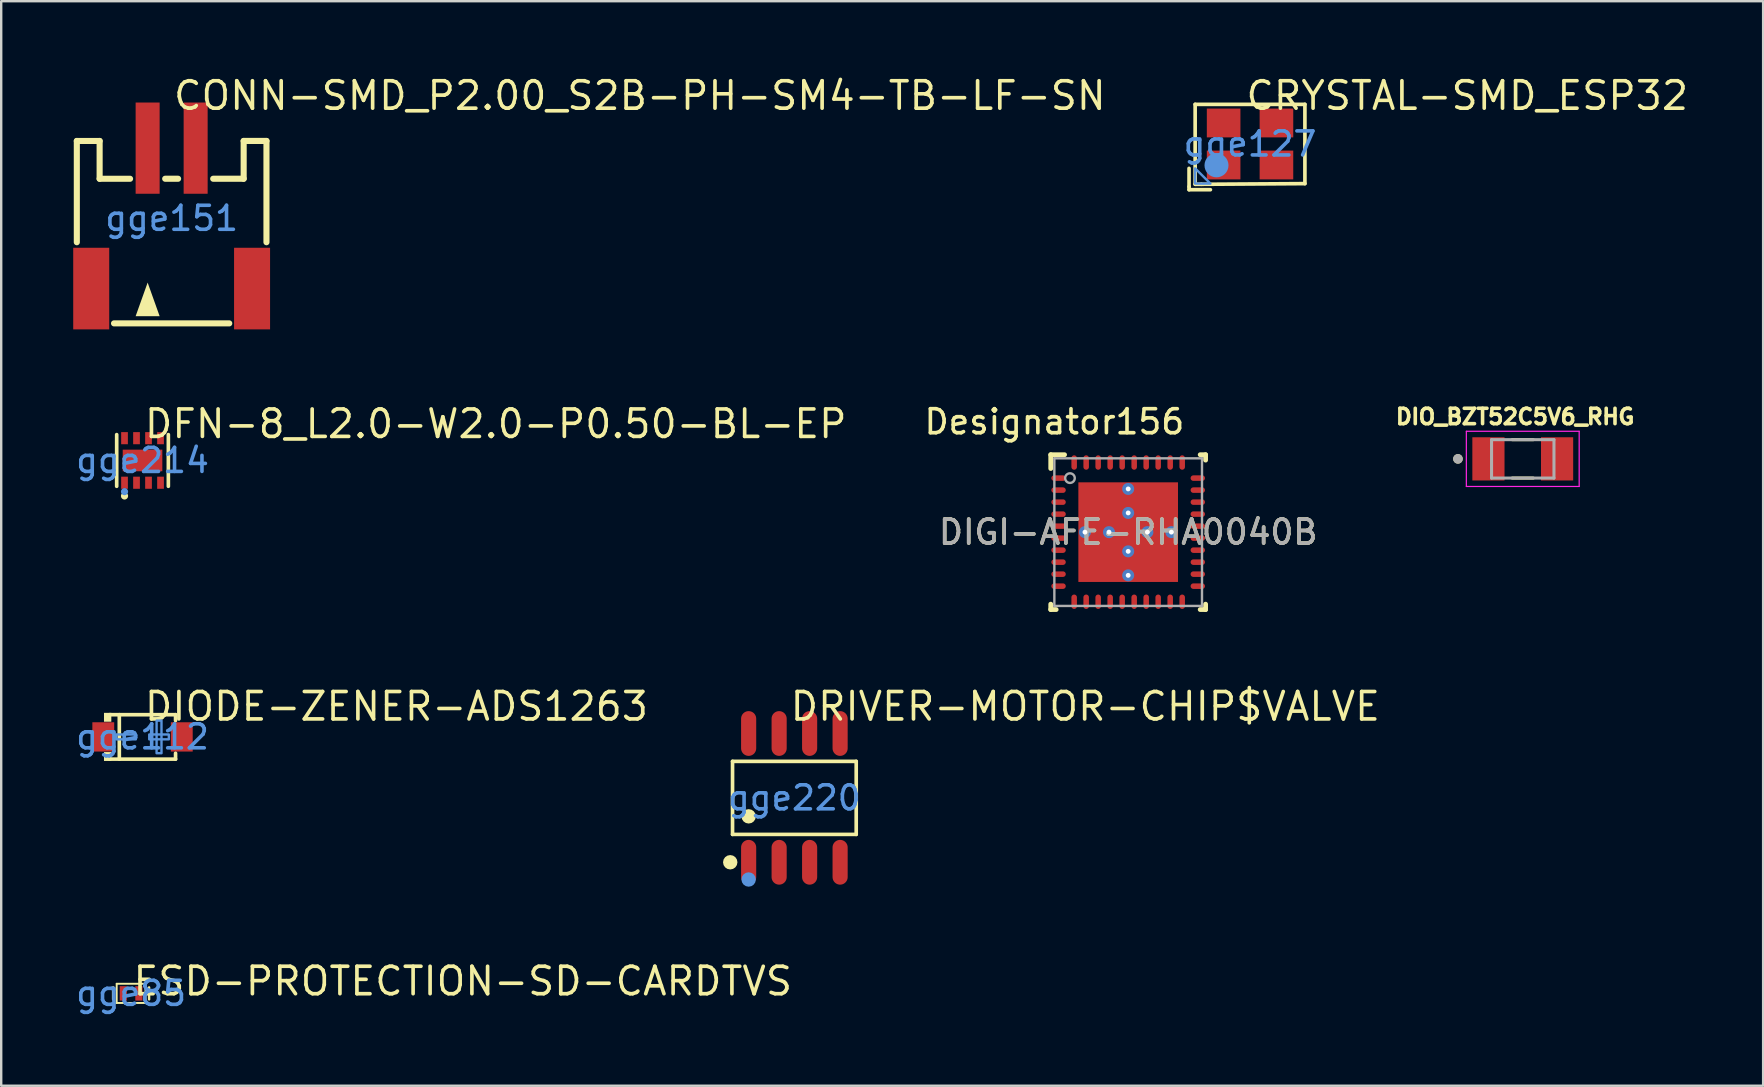
<source format=kicad_pcb>
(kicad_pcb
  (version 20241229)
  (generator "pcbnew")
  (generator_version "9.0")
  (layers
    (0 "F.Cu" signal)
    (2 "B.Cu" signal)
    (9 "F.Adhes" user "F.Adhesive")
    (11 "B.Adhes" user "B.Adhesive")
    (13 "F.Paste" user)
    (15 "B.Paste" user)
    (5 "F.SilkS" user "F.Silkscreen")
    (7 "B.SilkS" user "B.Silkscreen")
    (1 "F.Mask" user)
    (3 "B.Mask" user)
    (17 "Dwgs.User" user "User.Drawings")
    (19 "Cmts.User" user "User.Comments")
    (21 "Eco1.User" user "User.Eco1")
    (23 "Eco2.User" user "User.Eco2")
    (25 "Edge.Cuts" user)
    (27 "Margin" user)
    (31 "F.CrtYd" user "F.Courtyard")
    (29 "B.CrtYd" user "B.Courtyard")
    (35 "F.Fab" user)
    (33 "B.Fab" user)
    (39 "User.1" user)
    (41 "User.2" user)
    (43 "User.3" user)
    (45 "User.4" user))
  (footprint "ESD-PROTECTION-SD-CARDTVS"
    (layer "F.Cu")
    (at 2.411 38.331)
    (property "Reference" "ESD-PROTECTION-SD-CARDTVS" (at 0 -0.508 0) (layer "F.SilkS") (effects (font (size 1.143 1.143) (thickness 0.152)) (justify left)))
    (attr smd)
    (fp_line (start -0.75 0.25) (end -0.75 -0.25) (stroke (width 0.1) (type solid)) (layer "F.SilkS"))
    (fp_line (start -0.6 -0.4) (end 0.6 -0.4) (stroke (width 0.08) (type solid)) (layer "F.SilkS"))
    (fp_line (start -0.6 0.4) (end -0.6 -0.4) (stroke (width 0.08) (type solid)) (layer "F.SilkS"))
    (fp_line (start 0.6 -0.4) (end 0.6 0.4) (stroke (width 0.08) (type solid)) (layer "F.SilkS"))
    (fp_line (start 0.6 0.4) (end -0.6 0.4) (stroke (width 0.08) (type solid)) (layer "F.SilkS"))
    (fp_line (start 0.75 -0.25) (end 0.75 0.25) (stroke (width 0.1) (type solid)) (layer "F.SilkS"))
    (fp_text user "gge85" (at 0 0 0) (layer "Cmts.User") (effects (font (size 1 1) (thickness 0.15))))
    (pad "1" smd rect (at -0.325 0) (size 0.3 0.6) (layers "F.Cu" "F.Mask" "F.Paste"))
    (pad "2" smd rect (at 0.325 0) (size 0.3 0.6) (layers "F.Cu" "F.Mask" "F.Paste")))
  (footprint "DRIVER-MOTOR-CHIP$VALVE"
    (layer "F.Cu")
    (at 30.041 30.187)
    (property "Reference" "DRIVER-MOTOR-CHIP$VALVE" (at -0.254 -3.81 0) (layer "F.SilkS") (effects (font (size 1.143 1.143) (thickness 0.152)) (justify left)))
    (attr smd)
    (fp_line (start -2.576 -1.521) (end 2.576 -1.521) (stroke (width 0.152) (type solid)) (layer "F.SilkS"))
    (fp_line (start -2.576 1.521) (end -2.576 -1.521) (stroke (width 0.152) (type solid)) (layer "F.SilkS"))
    (fp_line (start 2.576 -1.521) (end 2.576 1.521) (stroke (width 0.152) (type solid)) (layer "F.SilkS"))
    (fp_line (start 2.576 1.521) (end -2.576 1.521) (stroke (width 0.152) (type solid)) (layer "F.SilkS"))
    (fp_circle (center -2.672 2.682) (end -2.522 2.682) (stroke (width 0.3) (type solid)) (fill no) (layer "F.SilkS"))
    (fp_circle (center -1.905 0.769) (end -1.755 0.769) (stroke (width 0.3) (type solid)) (fill no) (layer "F.SilkS"))
    (fp_circle (center -1.905 3.4) (end -1.755 3.4) (stroke (width 0.3) (type solid)) (fill no) (layer "Cmts.User"))
    (fp_text user "gge220" (at 0 0 0) (layer "Cmts.User") (effects (font (size 1 1) (thickness 0.15))))
    (pad "1" smd oval (at -1.905 2.682) (size 0.63 1.865) (layers "F.Cu" "F.Mask" "F.Paste"))
    (pad "2" smd oval (at -0.635 2.682) (size 0.63 1.865) (layers "F.Cu" "F.Mask" "F.Paste"))
    (pad "3" smd oval (at 0.635 2.682) (size 0.63 1.865) (layers "F.Cu" "F.Mask" "F.Paste"))
    (pad "4" smd oval (at 1.905 2.682) (size 0.63 1.865) (layers "F.Cu" "F.Mask" "F.Paste"))
    (pad "5" smd oval (at 1.905 -2.682) (size 0.63 1.865) (layers "F.Cu" "F.Mask" "F.Paste"))
    (pad "6" smd oval (at 0.635 -2.682) (size 0.63 1.865) (layers "F.Cu" "F.Mask" "F.Paste"))
    (pad "7" smd oval (at -0.635 -2.682) (size 0.63 1.865) (layers "F.Cu" "F.Mask" "F.Paste"))
    (pad "8" smd oval (at -1.905 -2.682) (size 0.63 1.865) (layers "F.Cu" "F.Mask" "F.Paste")))
  (footprint "CONN-SMD_P2.00_S2B-PH-SM4-TB-LF-SN"
    (layer "F.Cu")
    (at 4.1 6.046)
    (property "Reference" "CONN-SMD_P2.00_S2B-PH-SM4-TB-LF-SN" (at 0 -5.111 0) (layer "F.SilkS") (effects (font (size 1.143 1.143) (thickness 0.152)) (justify left)))
    (attr smd)
    (fp_line (start -3.95 -3.225) (end -3.95 0.994) (stroke (width 0.254) (type solid)) (layer "F.SilkS"))
    (fp_line (start -3 -3.224) (end -3.95 -3.224) (stroke (width 0.254) (type solid)) (layer "F.SilkS"))
    (fp_line (start -3 -1.649) (end -3 -3.224) (stroke (width 0.254) (type solid)) (layer "F.SilkS"))
    (fp_line (start -1.732 -1.649) (end -3 -1.649) (stroke (width 0.254) (type solid)) (layer "F.SilkS"))
    (fp_line (start 0.269 -1.65) (end -0.269 -1.65) (stroke (width 0.254) (type solid)) (layer "F.SilkS"))
    (fp_line (start 2.4 4.375) (end -2.4 4.375) (stroke (width 0.254) (type solid)) (layer "F.SilkS"))
    (fp_line (start 3 -3.225) (end 3 -1.65) (stroke (width 0.254) (type solid)) (layer "F.SilkS"))
    (fp_line (start 3 -1.65) (end 1.731 -1.65) (stroke (width 0.254) (type solid)) (layer "F.SilkS"))
    (fp_line (start 3.95 -3.225) (end 3 -3.225) (stroke (width 0.254) (type solid)) (layer "F.SilkS"))
    (fp_line (start 3.95 -3.225) (end 3.95 0.994) (stroke (width 0.254) (type solid)) (layer "F.SilkS"))
    (fp_poly (pts (xy -1.5 4.075) (xy -0.5 4.075) (xy -1 2.675)) (stroke (width 0) (type solid)) (fill yes) (layer "F.SilkS"))
    (fp_text user "gge151" (at 0 0 0) (layer "Cmts.User") (effects (font (size 1 1) (thickness 0.15))))
    (pad "1" smd rect (at -1 -2.925) (size 1 3.8) (layers "F.Cu" "F.Mask" "F.Paste"))
    (pad "2" smd rect (at 1 -2.925) (size 1 3.8) (layers "F.Cu" "F.Mask" "F.Paste"))
    (pad "3" smd rect (at 3.35 2.925) (size 1.5 3.4) (layers "F.Cu" "F.Mask" "F.Paste"))
    (pad "4" smd rect (at -3.35 2.925) (size 1.5 3.4) (layers "F.Cu" "F.Mask" "F.Paste")))
  (footprint "DIGI-AFE-RHA0040B"
    (layer "F.Cu")
    (at 43.946 19.117)
    (property "Reference" "DIGI-AFE-RHA0040B" (at 0 0 0) (unlocked yes) (layer "F.SilkS") (effects (font (size 1 1) (thickness 0.15))))
    (attr smd)
    (fp_line (start -3.225 -3.225) (end -2.65 -3.225) (stroke (width 0.2) (type solid)) (layer "F.SilkS"))
    (fp_line (start -3.225 -2.65) (end -3.225 -3.225) (stroke (width 0.2) (type solid)) (layer "F.SilkS"))
    (fp_line (start -3.225 3.225) (end -3.225 3) (stroke (width 0.2) (type solid)) (layer "F.SilkS"))
    (fp_line (start -3.225 3.225) (end -3 3.225) (stroke (width 0.2) (type solid)) (layer "F.SilkS"))
    (fp_line (start 3 -3.225) (end 3.225 -3.225) (stroke (width 0.2) (type solid)) (layer "F.SilkS"))
    (fp_line (start 3 3.225) (end 3.225 3.225) (stroke (width 0.2) (type solid)) (layer "F.SilkS"))
    (fp_line (start 3.225 -3) (end 3.225 -3.225) (stroke (width 0.2) (type solid)) (layer "F.SilkS"))
    (fp_line (start 3.225 3.225) (end 3.225 3) (stroke (width 0.2) (type solid)) (layer "F.SilkS"))
    (fp_poly (pts (xy -0.1 -1.852) (xy -1.852 -1.852) (xy -1.852 -0.1) (xy -0.1 -0.1)) (stroke (width 0) (type solid)) (fill yes) (layer "F.Paste"))
    (fp_poly (pts (xy -0.1 0.1) (xy -1.852 0.1) (xy -1.852 1.852) (xy -0.1 1.852)) (stroke (width 0) (type solid)) (fill yes) (layer "F.Paste"))
    (fp_poly (pts (xy 0.1 -0.1) (xy 1.852 -0.1) (xy 1.852 -1.852) (xy 0.1 -1.852)) (stroke (width 0) (type solid)) (fill yes) (layer "F.Paste"))
    (fp_poly (pts (xy 0.1 1.852) (xy 1.852 1.852) (xy 1.852 0.1) (xy 0.1 0.1)) (stroke (width 0) (type solid)) (fill yes) (layer "F.Paste"))
    (fp_line (start -3.075 -3.075) (end 3.075 -3.075) (stroke (width 0.1) (type solid)) (layer "F.Fab"))
    (fp_line (start -3.075 3.075) (end -3.075 -3.075) (stroke (width 0.1) (type solid)) (layer "F.Fab"))
    (fp_line (start -3.075 3.075) (end 3.075 3.075) (stroke (width 0.1) (type solid)) (layer "F.Fab"))
    (fp_line (start 3.075 3.075) (end 3.075 -3.075) (stroke (width 0.1) (type solid)) (layer "F.Fab"))
    (fp_circle (center -2.425 -2.25) (end -2.225 -2.25) (stroke (width 0.1) (type solid)) (fill no) (layer "F.Fab"))
    (fp_text user "Designator156" (at -3.073 -4.597 0) (unlocked yes) (layer "F.SilkS") (effects (font (size 1 1) (thickness 0.15))))
    (fp_text user "${REFERENCE}" (at 0 0 0) (unlocked yes) (layer "F.Fab") (effects (font (size 1 1) (thickness 0.15))))
    (pad "1" smd oval (at -2.9 -2.25 90) (size 0.23 0.6) (layers "F.Cu" "F.Mask" "F.Paste"))
    (pad "2" smd oval (at -2.9 -1.75 90) (size 0.23 0.6) (layers "F.Cu" "F.Mask" "F.Paste"))
    (pad "3" smd oval (at -2.9 -1.25 90) (size 0.23 0.6) (layers "F.Cu" "F.Mask" "F.Paste"))
    (pad "4" smd oval (at -2.9 -0.75 90) (size 0.23 0.6) (layers "F.Cu" "F.Mask" "F.Paste"))
    (pad "5" smd oval (at -2.9 -0.25 90) (size 0.23 0.6) (layers "F.Cu" "F.Mask" "F.Paste"))
    (pad "6" smd oval (at -2.9 0.25 90) (size 0.23 0.6) (layers "F.Cu" "F.Mask" "F.Paste"))
    (pad "7" smd oval (at -2.9 0.75 90) (size 0.23 0.6) (layers "F.Cu" "F.Mask" "F.Paste"))
    (pad "8" smd oval (at -2.9 1.25 90) (size 0.23 0.6) (layers "F.Cu" "F.Mask" "F.Paste"))
    (pad "9" smd oval (at -2.9 1.75 90) (size 0.23 0.6) (layers "F.Cu" "F.Mask" "F.Paste"))
    (pad "10" smd oval (at -2.9 2.25 90) (size 0.23 0.6) (layers "F.Cu" "F.Mask" "F.Paste"))
    (pad "11" smd oval (at -2.25 2.9) (size 0.23 0.6) (layers "F.Cu" "F.Mask" "F.Paste"))
    (pad "12" smd oval (at -1.75 2.9) (size 0.23 0.6) (layers "F.Cu" "F.Mask" "F.Paste"))
    (pad "13" smd oval (at -1.25 2.9) (size 0.23 0.6) (layers "F.Cu" "F.Mask" "F.Paste"))
    (pad "14" smd oval (at -0.75 2.9) (size 0.23 0.6) (layers "F.Cu" "F.Mask" "F.Paste"))
    (pad "15" smd oval (at -0.25 2.9) (size 0.23 0.6) (layers "F.Cu" "F.Mask" "F.Paste"))
    (pad "16" smd oval (at 0.25 2.9) (size 0.23 0.6) (layers "F.Cu" "F.Mask" "F.Paste"))
    (pad "17" smd oval (at 0.75 2.9) (size 0.23 0.6) (layers "F.Cu" "F.Mask" "F.Paste"))
    (pad "18" smd oval (at 1.25 2.9) (size 0.23 0.6) (layers "F.Cu" "F.Mask" "F.Paste"))
    (pad "19" smd oval (at 1.75 2.9) (size 0.23 0.6) (layers "F.Cu" "F.Mask" "F.Paste"))
    (pad "20" smd oval (at 2.25 2.9) (size 0.23 0.6) (layers "F.Cu" "F.Mask" "F.Paste"))
    (pad "21" smd oval (at 2.9 2.25 90) (size 0.23 0.6) (layers "F.Cu" "F.Mask" "F.Paste"))
    (pad "22" smd oval (at 2.9 1.75 90) (size 0.23 0.6) (layers "F.Cu" "F.Mask" "F.Paste"))
    (pad "23" smd oval (at 2.9 1.25 90) (size 0.23 0.6) (layers "F.Cu" "F.Mask" "F.Paste"))
    (pad "24" smd oval (at 2.9 0.75 90) (size 0.23 0.6) (layers "F.Cu" "F.Mask" "F.Paste"))
    (pad "25" smd oval (at 2.9 0.25 90) (size 0.23 0.6) (layers "F.Cu" "F.Mask" "F.Paste"))
    (pad "26" smd oval (at 2.9 -0.25 90) (size 0.23 0.6) (layers "F.Cu" "F.Mask" "F.Paste"))
    (pad "27" smd oval (at 2.9 -0.75 90) (size 0.23 0.6) (layers "F.Cu" "F.Mask" "F.Paste"))
    (pad "28" smd oval (at 2.9 -1.25 90) (size 0.23 0.6) (layers "F.Cu" "F.Mask" "F.Paste"))
    (pad "29" smd oval (at 2.9 -1.75 90) (size 0.23 0.6) (layers "F.Cu" "F.Mask" "F.Paste"))
    (pad "30" smd oval (at 2.9 -2.25 90) (size 0.23 0.6) (layers "F.Cu" "F.Mask" "F.Paste"))
    (pad "31" smd oval (at 2.25 -2.9) (size 0.23 0.6) (layers "F.Cu" "F.Mask" "F.Paste"))
    (pad "32" smd oval (at 1.75 -2.9) (size 0.23 0.6) (layers "F.Cu" "F.Mask" "F.Paste"))
    (pad "33" smd oval (at 1.25 -2.9) (size 0.23 0.6) (layers "F.Cu" "F.Mask" "F.Paste"))
    (pad "34" smd oval (at 0.75 -2.9) (size 0.23 0.6) (layers "F.Cu" "F.Mask" "F.Paste"))
    (pad "35" smd oval (at 0.25 -2.9) (size 0.23 0.6) (layers "F.Cu" "F.Mask" "F.Paste"))
    (pad "36" smd oval (at -0.25 -2.9) (size 0.23 0.6) (layers "F.Cu" "F.Mask" "F.Paste"))
    (pad "37" smd oval (at -0.75 -2.9) (size 0.23 0.6) (layers "F.Cu" "F.Mask" "F.Paste"))
    (pad "38" smd oval (at -1.25 -2.9) (size 0.23 0.6) (layers "F.Cu" "F.Mask" "F.Paste"))
    (pad "39" smd oval (at -1.75 -2.9) (size 0.23 0.6) (layers "F.Cu" "F.Mask" "F.Paste"))
    (pad "40" smd oval (at -2.25 -2.9) (size 0.23 0.6) (layers "F.Cu" "F.Mask" "F.Paste"))
    (pad "41" smd rect (at 0 0) (size 4.15 4.15) (layers "F.Cu" "F.Mask"))
    (pad "V" thru_hole circle (at -1.8 0) (size 0.5 0.5) (drill 0.203) (layers "*.Cu" "*.Mask"))
    (pad "V" thru_hole circle (at -0.8 0) (size 0.5 0.5) (drill 0.203) (layers "*.Cu" "*.Mask"))
    (pad "V" thru_hole circle (at 0 -1.8) (size 0.5 0.5) (drill 0.203) (layers "*.Cu" "*.Mask"))
    (pad "V" thru_hole circle (at 0 -0.8) (size 0.5 0.5) (drill 0.203) (layers "*.Cu" "*.Mask"))
    (pad "V" thru_hole circle (at 0 0.8) (size 0.5 0.5) (drill 0.203) (layers "*.Cu" "*.Mask"))
    (pad "V" thru_hole circle (at 0 1.8) (size 0.5 0.5) (drill 0.203) (layers "*.Cu" "*.Mask"))
    (pad "V" thru_hole circle (at 0.8 0) (size 0.5 0.5) (drill 0.203) (layers "*.Cu" "*.Mask"))
    (pad "V" thru_hole circle (at 1.8 0) (size 0.5 0.5) (drill 0.203) (layers "*.Cu" "*.Mask")))
  (footprint "DIO_BZT52C5V6_RHG"
    (layer "F.Cu")
    (at 60.383 16.065)
    (property "Reference" "DIO_BZT52C5V6_RHG" (at -0.318 -1.756 0) (layer "F.SilkS") (effects (font (size 0.64 0.64) (thickness 0.15))))
    (attr smd)
    (fp_line (start -0.44 0.8) (end 0.44 0.8) (stroke (width 0.127) (type solid)) (layer "F.SilkS"))
    (fp_line (start 0.44 -0.8) (end -0.44 -0.8) (stroke (width 0.127) (type solid)) (layer "F.SilkS"))
    (fp_circle (center -2.7 0) (end -2.6 0) (stroke (width 0.2) (type solid)) (fill no) (layer "F.SilkS"))
    (fp_line (start -2.35 -1.15) (end -2.35 1.15) (stroke (width 0.05) (type solid)) (layer "F.CrtYd"))
    (fp_line (start -2.35 1.15) (end 2.35 1.15) (stroke (width 0.05) (type solid)) (layer "F.CrtYd"))
    (fp_line (start 2.35 -1.15) (end -2.35 -1.15) (stroke (width 0.05) (type solid)) (layer "F.CrtYd"))
    (fp_line (start 2.35 1.15) (end 2.35 -1.15) (stroke (width 0.05) (type solid)) (layer "F.CrtYd"))
    (fp_line (start -1.3 -0.8) (end -1.3 0.8) (stroke (width 0.127) (type solid)) (layer "F.Fab"))
    (fp_line (start -1.3 0.8) (end 1.3 0.8) (stroke (width 0.127) (type solid)) (layer "F.Fab"))
    (fp_line (start 1.3 -0.8) (end -1.3 -0.8) (stroke (width 0.127) (type solid)) (layer "F.Fab"))
    (fp_line (start 1.3 0.8) (end 1.3 -0.8) (stroke (width 0.127) (type solid)) (layer "F.Fab"))
    (fp_circle (center -2.7 0) (end -2.6 0) (stroke (width 0.2) (type solid)) (fill no) (layer "F.Fab"))
    (pad "A" smd rect (at 1.43 0) (size 1.34 1.8) (layers "F.Cu" "F.Mask" "F.Paste"))
    (pad "C" smd rect (at -1.43 0) (size 1.34 1.8) (layers "F.Cu" "F.Mask" "F.Paste")))
  (footprint "DFN-8_L2.0-W2.0-P0.50-BL-EP"
    (layer "F.Cu")
    (at 2.887 16.131)
    (property "Reference" "DFN-8_L2.0-W2.0-P0.50-BL-EP" (at 0 -1.524 0) (layer "F.SilkS") (effects (font (size 1.143 1.143) (thickness 0.152)) (justify left)))
    (attr smd)
    (fp_line (start -1.076 1.076) (end -1.076 -1.076) (stroke (width 0.152) (type solid)) (layer "F.SilkS"))
    (fp_line (start 1.076 1.076) (end 1.076 -1.076) (stroke (width 0.152) (type solid)) (layer "F.SilkS"))
    (fp_circle (center -0.75 1.48) (end -0.675 1.48) (stroke (width 0.15) (type solid)) (fill no) (layer "F.SilkS"))
    (fp_circle (center -0.75 1.3) (end -0.675 1.3) (stroke (width 0.15) (type solid)) (fill no) (layer "Cmts.User"))
    (fp_text user "gge214" (at 0 0 0) (layer "Cmts.User") (effects (font (size 1 1) (thickness 0.15))))
    (pad "1" smd rect (at -0.75 0.928) (size 0.28 0.505) (layers "F.Cu" "F.Mask" "F.Paste"))
    (pad "2" smd rect (at -0.25 0.928) (size 0.28 0.505) (layers "F.Cu" "F.Mask" "F.Paste"))
    (pad "3" smd rect (at 0.25 0.928) (size 0.28 0.505) (layers "F.Cu" "F.Mask" "F.Paste"))
    (pad "4" smd rect (at 0.75 0.928) (size 0.28 0.505) (layers "F.Cu" "F.Mask" "F.Paste"))
    (pad "5" smd rect (at 0.75 -0.928) (size 0.28 0.505) (layers "F.Cu" "F.Mask" "F.Paste"))
    (pad "6" smd rect (at 0.25 -0.928) (size 0.28 0.505) (layers "F.Cu" "F.Mask" "F.Paste"))
    (pad "7" smd rect (at -0.25 -0.928) (size 0.28 0.505) (layers "F.Cu" "F.Mask" "F.Paste"))
    (pad "8" smd rect (at -0.75 -0.928) (size 0.28 0.505) (layers "F.Cu" "F.Mask" "F.Paste"))
    (pad "9" smd rect (at 0 0) (size 1.65 0.9) (layers "F.Cu" "F.Mask" "F.Paste")))
  (footprint "CRYSTAL-SMD_ESP32"
    (layer "F.Cu")
    (at 49.022 2.948)
    (property "Reference" "CRYSTAL-SMD_ESP32" (at -0.25 -2.013 0) (layer "F.SilkS") (effects (font (size 1.143 1.143) (thickness 0.152)) (justify left)))
    (attr smd)
    (fp_line (start -2.54 1.016) (end -2.54 1.778) (stroke (width 0.152) (type solid)) (layer "F.SilkS"))
    (fp_line (start -2.54 1.778) (end -2.54 1.905) (stroke (width 0.152) (type solid)) (layer "F.SilkS"))
    (fp_line (start -2.54 1.905) (end -1.651 1.905) (stroke (width 0.152) (type solid)) (layer "F.SilkS"))
    (fp_line (start -2.286 -1.651) (end 2.286 -1.651) (stroke (width 0.152) (type solid)) (layer "F.SilkS"))
    (fp_line (start -2.286 1.679) (end -2.286 -1.651) (stroke (width 0.152) (type solid)) (layer "F.SilkS"))
    (fp_line (start -2.03 1.679) (end -2.286 1.679) (stroke (width 0.152) (type solid)) (layer "F.SilkS"))
    (fp_line (start 2.286 -1.651) (end 2.286 0) (stroke (width 0.152) (type solid)) (layer "F.SilkS"))
    (fp_line (start 2.286 0) (end 2.286 1.651) (stroke (width 0.152) (type solid)) (layer "F.SilkS"))
    (fp_line (start 2.286 1.651) (end -2.03 1.679) (stroke (width 0.152) (type solid)) (layer "F.SilkS"))
    (fp_circle (center -1.397 0.889) (end -1.147 0.889) (stroke (width 0.5) (type solid)) (fill no) (layer "Cmts.User"))
    (fp_poly (pts (xy -2.286 1.016) (xy -2.286 1.651) (xy -1.651 1.651)) (stroke (width 0.1) (type solid)) (fill no) (layer "Cmts.User"))
    (fp_text user "gge127" (at 0 0 0) (layer "Cmts.User") (effects (font (size 1 1) (thickness 0.15))))
    (pad "1" smd rect (at -1.1 0.875) (size 1.4 1.2) (layers "F.Cu" "F.Mask" "F.Paste"))
    (pad "2" smd rect (at 1.1 0.875) (size 1.4 1.2) (layers "F.Cu" "F.Mask" "F.Paste"))
    (pad "3" smd rect (at 1.1 -0.875) (size 1.4 1.2) (layers "F.Cu" "F.Mask" "F.Paste"))
    (pad "4" smd rect (at -1.1 -0.875) (size 1.4 1.2) (layers "F.Cu" "F.Mask" "F.Paste")))
  (footprint "DIODE-ZENER-ADS1263"
    (layer "F.Cu")
    (at 2.887 27.647)
    (property "Reference" "DIODE-ZENER-ADS1263" (at 0 -1.27 0) (layer "F.SilkS") (effects (font (size 1.143 1.143) (thickness 0.152)) (justify left)))
    (attr smd)
    (fp_line (start -1.376 -0.926) (end 1.376 -0.926) (stroke (width 0.152) (type solid)) (layer "F.SilkS"))
    (fp_line (start -1.376 0.926) (end 1.376 0.926) (stroke (width 0.152) (type solid)) (layer "F.SilkS"))
    (fp_line (start -0.967 -0.926) (end -0.967 0.926) (stroke (width 0.152) (type solid)) (layer "F.SilkS"))
    (fp_line (start 1.376 -0.926) (end 1.376 -0.683) (stroke (width 0.152) (type solid)) (layer "F.SilkS"))
    (fp_line (start 1.376 0.926) (end 1.376 0.683) (stroke (width 0.152) (type solid)) (layer "F.SilkS"))
    (fp_poly (pts (xy -1.3 -1.002) (xy -1.3 -0.632) (xy -1.605 -0.632) (xy -1.605 -1.002)) (stroke (width 0) (type solid)) (fill yes) (layer "F.SilkS"))
    (fp_poly (pts (xy -1.3 1.002) (xy -1.3 0.632) (xy -1.605 0.632) (xy -1.605 1.002)) (stroke (width 0) (type solid)) (fill yes) (layer "F.SilkS"))
    (fp_poly (pts (xy -1.096 -0.102) (xy -1.096 0.102) (xy -0.28 0.102) (xy -0.28 -0.102)) (stroke (width 0.1) (type solid)) (fill no) (layer "Cmts.User"))
    (fp_poly (pts (xy 0.79 -0.68) (xy 0.79 0.68) (xy 0.586 0.68) (xy 0.586 -0.68)) (stroke (width 0.1) (type solid)) (fill no) (layer "Cmts.User"))
    (fp_poly (pts (xy 1.096 -0.102) (xy 1.096 0.102) (xy 0.28 0.102) (xy 0.28 -0.102)) (stroke (width 0.1) (type solid)) (fill no) (layer "Cmts.User"))
    (fp_text user "gge112" (at 0 0 0) (layer "Cmts.User") (effects (font (size 1 1) (thickness 0.15))))
    (pad "1" smd rect (at -1.635 0) (size 0.91 1.22) (layers "F.Cu" "F.Mask" "F.Paste"))
    (pad "2" smd rect (at 1.635 0) (size 0.91 1.22) (layers "F.Cu" "F.Mask" "F.Paste")))
  (gr_rect
    (start -3 -3)
    (end 70.396 42.179)
    (stroke (width 0.1) (type default))
    (fill no)
    (layer "Edge.Cuts")))
</source>
